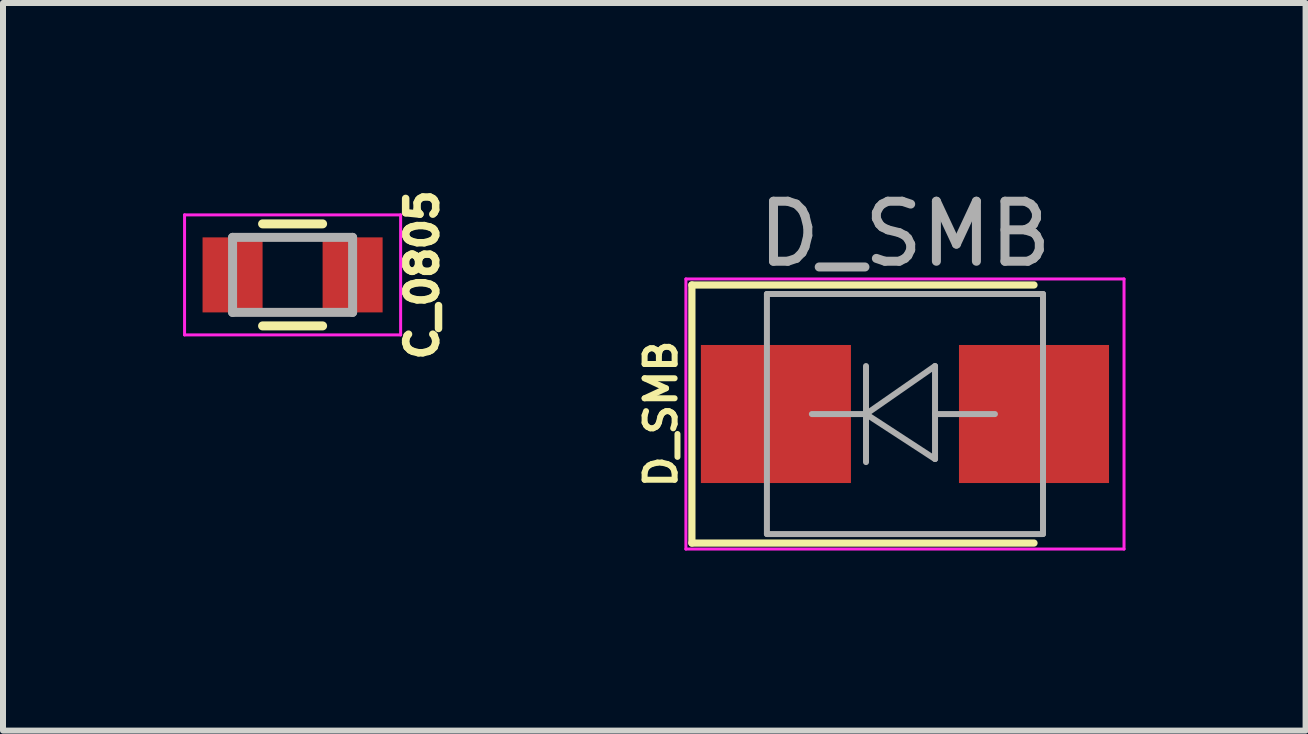
<source format=kicad_pcb>
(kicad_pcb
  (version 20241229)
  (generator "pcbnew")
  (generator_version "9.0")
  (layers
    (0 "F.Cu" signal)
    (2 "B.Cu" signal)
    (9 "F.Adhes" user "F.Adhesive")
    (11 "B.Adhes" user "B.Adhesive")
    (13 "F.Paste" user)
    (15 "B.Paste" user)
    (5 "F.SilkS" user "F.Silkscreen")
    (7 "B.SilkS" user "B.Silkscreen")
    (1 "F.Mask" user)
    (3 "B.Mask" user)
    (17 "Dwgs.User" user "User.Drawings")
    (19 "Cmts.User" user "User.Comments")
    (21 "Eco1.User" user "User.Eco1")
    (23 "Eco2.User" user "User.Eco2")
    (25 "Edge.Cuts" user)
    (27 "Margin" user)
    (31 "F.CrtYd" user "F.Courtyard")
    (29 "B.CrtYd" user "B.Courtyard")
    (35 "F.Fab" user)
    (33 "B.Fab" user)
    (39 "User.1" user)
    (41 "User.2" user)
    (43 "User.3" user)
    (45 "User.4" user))
  (footprint "C_0805"
    (layer "F.Cu")
    (at 1.825 1.53)
    (property "Reference" "C_0805" (at 2.159 0 90) (layer "F.SilkS") (effects (font (size 0.5 0.5) (thickness 0.125))))
    (attr smd)
    (fp_line (start -0.5 0.85) (end 0.5 0.85) (stroke (width 0.15) (type solid)) (layer "F.SilkS"))
    (fp_line (start 0.5 -0.85) (end -0.5 -0.85) (stroke (width 0.15) (type solid)) (layer "F.SilkS"))
    (fp_line (start -1.8 -1) (end -1.8 1) (stroke (width 0.05) (type solid)) (layer "F.CrtYd"))
    (fp_line (start -1.8 -1) (end 1.8 -1) (stroke (width 0.05) (type solid)) (layer "F.CrtYd"))
    (fp_line (start -1.8 1) (end 1.8 1) (stroke (width 0.05) (type solid)) (layer "F.CrtYd"))
    (fp_line (start 1.8 -1) (end 1.8 1) (stroke (width 0.05) (type solid)) (layer "F.CrtYd"))
    (fp_line (start -1 -0.625) (end 1 -0.625) (stroke (width 0.15) (type solid)) (layer "F.Fab"))
    (fp_line (start -1 0.625) (end -1 -0.625) (stroke (width 0.15) (type solid)) (layer "F.Fab"))
    (fp_line (start 1 -0.625) (end 1 0.625) (stroke (width 0.15) (type solid)) (layer "F.Fab"))
    (fp_line (start 1 0.625) (end -1 0.625) (stroke (width 0.15) (type solid)) (layer "F.Fab"))
    (pad "1" smd rect (at -1 0) (size 1 1.25) (layers "F.Cu" "F.Mask" "F.Paste"))
    (pad "2" smd rect (at 1 0) (size 1 1.25) (layers "F.Cu" "F.Mask" "F.Paste")))
  (footprint "D_SMB"
    (layer "F.Cu")
    (at 12.028 3.848)
    (property "Reference" "D_SMB" (at -4.064 0 90) (layer "F.SilkS") (effects (font (size 0.5 0.5) (thickness 0.1))))
    (attr smd)
    (fp_line (start -3.55 -2.15) (end -3.55 2.15) (stroke (width 0.12) (type solid)) (layer "F.SilkS"))
    (fp_line (start -3.55 -2.15) (end 2.15 -2.15) (stroke (width 0.12) (type solid)) (layer "F.SilkS"))
    (fp_line (start -3.55 2.15) (end 2.15 2.15) (stroke (width 0.12) (type solid)) (layer "F.SilkS"))
    (fp_line (start -3.65 -2.25) (end 3.65 -2.25) (stroke (width 0.05) (type solid)) (layer "F.CrtYd"))
    (fp_line (start -3.65 2.25) (end -3.65 -2.25) (stroke (width 0.05) (type solid)) (layer "F.CrtYd"))
    (fp_line (start 3.65 -2.25) (end 3.65 2.25) (stroke (width 0.05) (type solid)) (layer "F.CrtYd"))
    (fp_line (start 3.65 2.25) (end -3.65 2.25) (stroke (width 0.05) (type solid)) (layer "F.CrtYd"))
    (fp_line (start -2.3 2) (end -2.3 -2) (stroke (width 0.1) (type solid)) (layer "F.Fab"))
    (fp_line (start -0.649 -0.799) (end -0.649 0.801) (stroke (width 0.1) (type solid)) (layer "F.Fab"))
    (fp_line (start -0.649 0.001) (end -1.551 0.001) (stroke (width 0.1) (type solid)) (layer "F.Fab"))
    (fp_line (start -0.649 0.001) (end 0.501 -0.799) (stroke (width 0.1) (type solid)) (layer "F.Fab"))
    (fp_line (start -0.649 0.001) (end 0.501 0.75) (stroke (width 0.1) (type solid)) (layer "F.Fab"))
    (fp_line (start 0.501 0.001) (end 1.499 0.001) (stroke (width 0.1) (type solid)) (layer "F.Fab"))
    (fp_line (start 0.501 0.75) (end 0.501 -0.799) (stroke (width 0.1) (type solid)) (layer "F.Fab"))
    (fp_line (start 2.3 -2) (end -2.3 -2) (stroke (width 0.1) (type solid)) (layer "F.Fab"))
    (fp_line (start 2.3 -2) (end 2.3 2) (stroke (width 0.1) (type solid)) (layer "F.Fab"))
    (fp_line (start 2.3 2) (end -2.3 2) (stroke (width 0.1) (type solid)) (layer "F.Fab"))
    (fp_text user "${REFERENCE}" (at 0 -3 0) (layer "F.Fab") (effects (font (size 1 1) (thickness 0.15))))
    (pad "1" smd rect (at -2.15 0) (size 2.5 2.3) (layers "F.Cu" "F.Mask" "F.Paste"))
    (pad "2" smd rect (at 2.15 0) (size 2.5 2.3) (layers "F.Cu" "F.Mask" "F.Paste")))
  (gr_rect
    (start -3 -3)
    (end 18.703 9.123)
    (stroke (width 0.1) (type default))
    (fill no)
    (layer "Edge.Cuts")))
</source>
